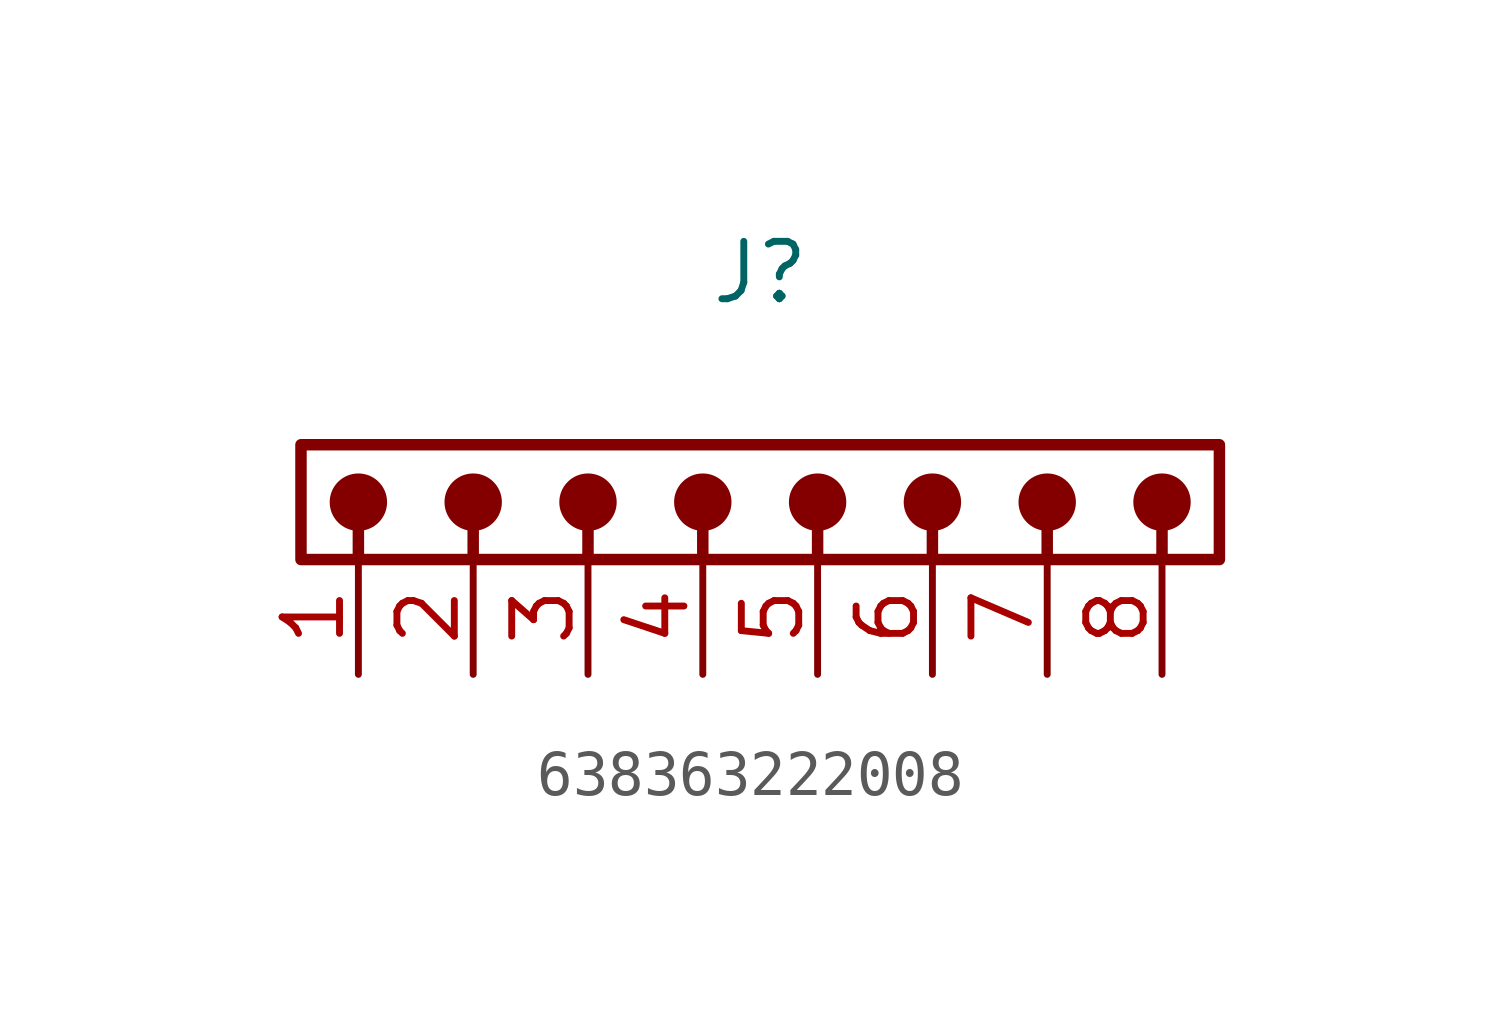
<source format=kicad_sym>
(kicad_symbol_lib
  (version 20241209)
  (generator "kicad_symbol_editor")
  (generator_version "9.0")
  (symbol "638363222008"
    (pin_names
      (hide yes))
    (property "Reference" "J"
      (at 0 5.08 0)
      (effects (font (size 1.27 1.27))))
    (symbol "638363222008_1_1"
      (rectangle (start -10.16 1.27) (end 10.16 -1.27) (stroke (width 0.254) (type solid)) (fill (type none)))
      (circle (center -8.89 0) (radius 0.508) (stroke (width 0.254) (type solid)) (fill (type outline)))
      (polyline (pts (xy -8.89 -0.508) (xy -8.89 -1.27)) (stroke (width 0.254) (type solid)) (fill (type none)))
      (circle (center -6.35 0) (radius 0.508) (stroke (width 0.254) (type solid)) (fill (type outline)))
      (polyline (pts (xy -6.35 -0.508) (xy -6.35 -1.27)) (stroke (width 0.254) (type solid)) (fill (type none)))
      (circle (center -3.81 0) (radius 0.508) (stroke (width 0.254) (type solid)) (fill (type outline)))
      (polyline (pts (xy -3.81 -0.508) (xy -3.81 -1.27)) (stroke (width 0.254) (type solid)) (fill (type none)))
      (circle (center -1.27 0) (radius 0.508) (stroke (width 0.254) (type solid)) (fill (type outline)))
      (polyline (pts (xy -1.27 -0.508) (xy -1.27 -1.27)) (stroke (width 0.254) (type solid)) (fill (type none)))
      (circle (center 1.27 0) (radius 0.508) (stroke (width 0.254) (type solid)) (fill (type outline)))
      (polyline (pts (xy 1.27 -0.508) (xy 1.27 -1.27)) (stroke (width 0.254) (type solid)) (fill (type none)))
      (circle (center 3.81 0) (radius 0.508) (stroke (width 0.254) (type solid)) (fill (type outline)))
      (polyline (pts (xy 3.81 -0.508) (xy 3.81 -1.27)) (stroke (width 0.254) (type solid)) (fill (type none)))
      (circle (center 6.35 0) (radius 0.508) (stroke (width 0.254) (type solid)) (fill (type outline)))
      (polyline (pts (xy 6.35 -0.508) (xy 6.35 -1.27)) (stroke (width 0.254) (type solid)) (fill (type none)))
      (circle (center 8.89 0) (radius 0.508) (stroke (width 0.254) (type solid)) (fill (type outline)))
      (polyline (pts (xy 8.89 -0.508) (xy 8.89 -1.27)) (stroke (width 0.254) (type solid)) (fill (type none)))
      (pin passive line (at -8.89 -3.81 90) (length 2.54) (name "1" (effects (font (size 1.27 1.27)))) (number "1" (effects (font (size 1.27 1.27)))))
      (pin passive line (at -6.35 -3.81 90) (length 2.54) (name "2" (effects (font (size 1.27 1.27)))) (number "2" (effects (font (size 1.27 1.27)))))
      (pin passive line (at -3.81 -3.81 90) (length 2.54) (name "3" (effects (font (size 1.27 1.27)))) (number "3" (effects (font (size 1.27 1.27)))))
      (pin passive line (at -1.27 -3.81 90) (length 2.54) (name "4" (effects (font (size 1.27 1.27)))) (number "4" (effects (font (size 1.27 1.27)))))
      (pin passive line (at 1.27 -3.81 90) (length 2.54) (name "5" (effects (font (size 1.27 1.27)))) (number "5" (effects (font (size 1.27 1.27)))))
      (pin passive line (at 3.81 -3.81 90) (length 2.54) (name "6" (effects (font (size 1.27 1.27)))) (number "6" (effects (font (size 1.27 1.27)))))
      (pin passive line (at 6.35 -3.81 90) (length 2.54) (name "7" (effects (font (size 1.27 1.27)))) (number "7" (effects (font (size 1.27 1.27)))))
      (pin passive line (at 8.89 -3.81 90) (length 2.54) (name "8" (effects (font (size 1.27 1.27)))) (number "8" (effects (font (size 1.27 1.27))))))))
</source>
